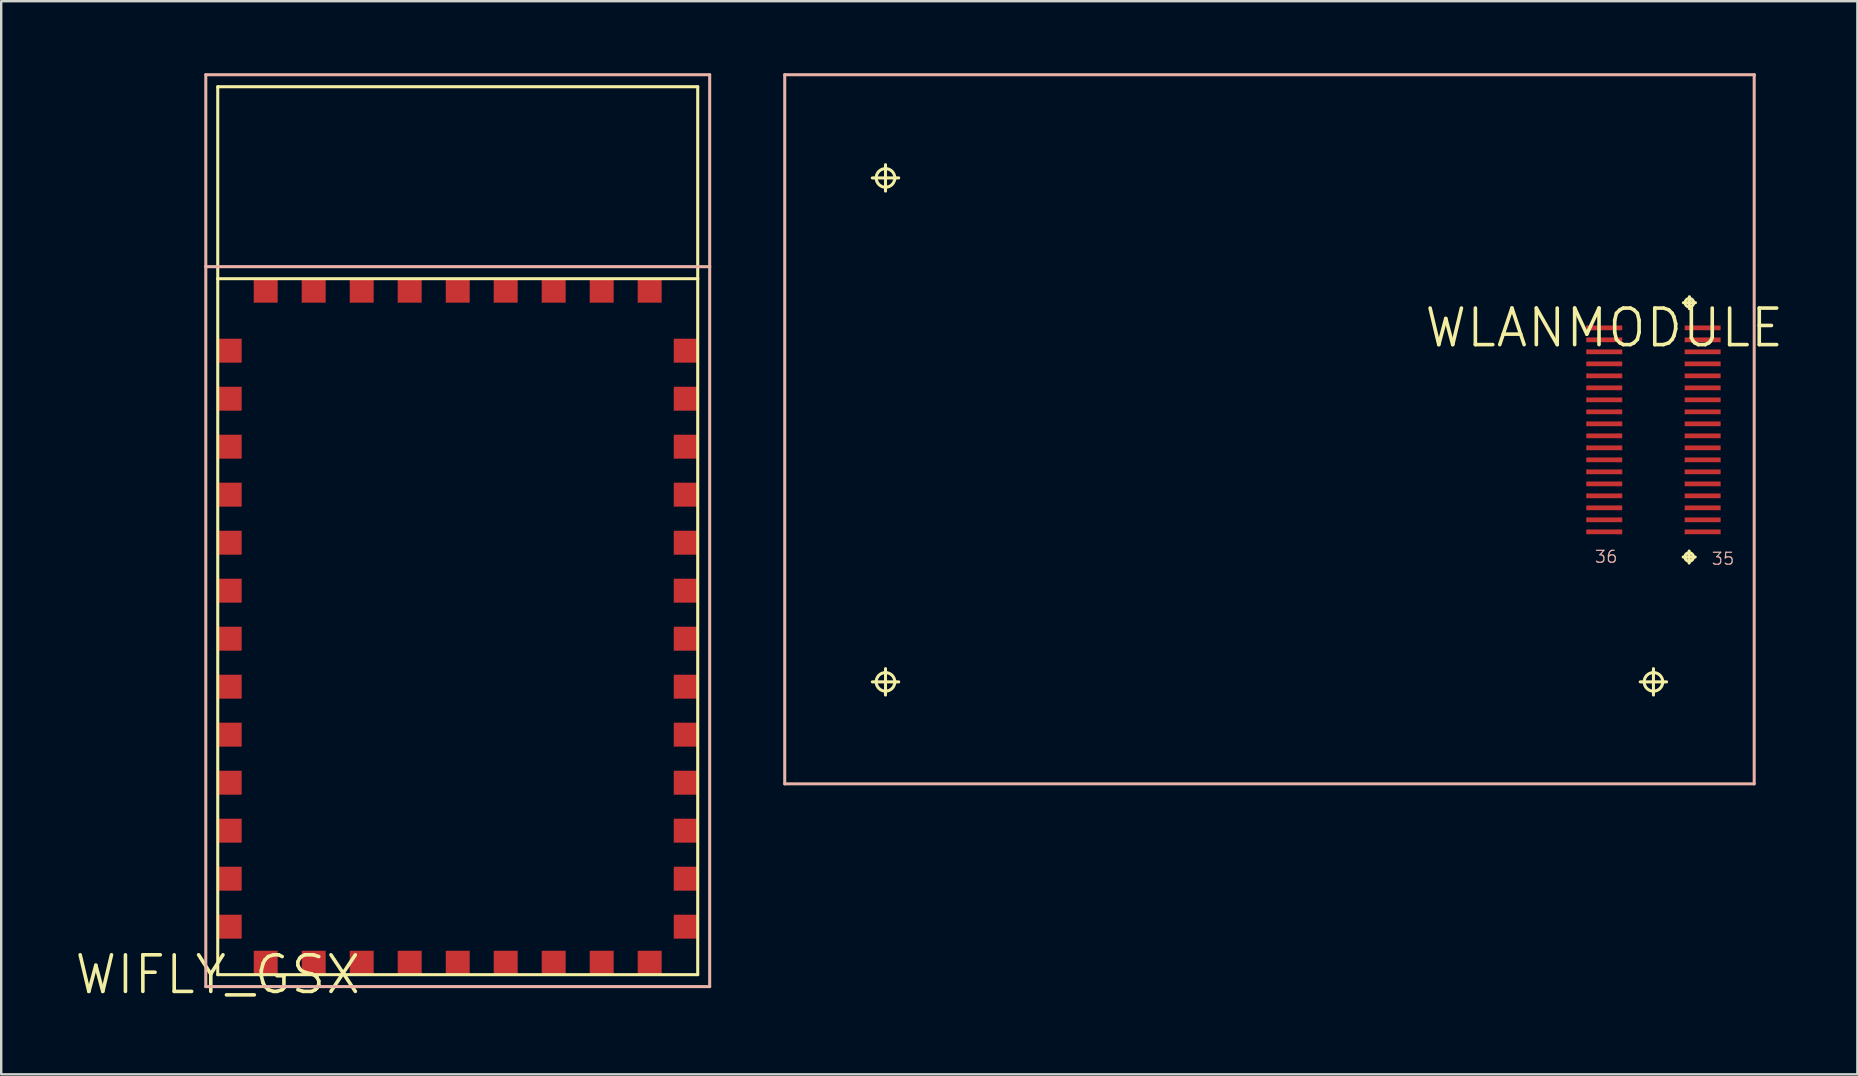
<source format=kicad_pcb>
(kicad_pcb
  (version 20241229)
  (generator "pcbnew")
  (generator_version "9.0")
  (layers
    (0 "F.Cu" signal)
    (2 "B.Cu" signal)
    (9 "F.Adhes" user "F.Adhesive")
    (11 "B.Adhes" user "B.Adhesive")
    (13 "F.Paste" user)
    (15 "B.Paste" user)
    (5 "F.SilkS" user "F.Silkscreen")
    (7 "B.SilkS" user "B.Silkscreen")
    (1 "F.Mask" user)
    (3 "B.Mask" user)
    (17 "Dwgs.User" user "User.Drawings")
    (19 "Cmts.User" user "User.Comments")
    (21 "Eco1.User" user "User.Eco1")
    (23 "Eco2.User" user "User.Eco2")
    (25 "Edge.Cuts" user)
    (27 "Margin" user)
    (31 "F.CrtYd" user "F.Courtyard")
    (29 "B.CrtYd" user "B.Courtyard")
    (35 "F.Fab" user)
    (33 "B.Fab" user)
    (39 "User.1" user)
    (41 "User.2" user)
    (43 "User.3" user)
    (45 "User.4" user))
  (footprint "WLANMODULE"
    (layer "F.Cu")
    (at 63.796 10.612)
    (property "Reference" "WLANMODULE" (at 0 0 0) (layer "F.SilkS") (effects (font (size 1.524 1.524) (thickness 0.15))))
    (attr smd)
    (fp_line (start -30.498 -6.248) (end -29.398 -6.248) (stroke (width 0.127) (type solid)) (layer "F.SilkS"))
    (fp_line (start -30.498 14.75) (end -29.398 14.75) (stroke (width 0.127) (type solid)) (layer "F.SilkS"))
    (fp_line (start -29.949 -5.7) (end -29.949 -6.8) (stroke (width 0.127) (type solid)) (layer "F.SilkS"))
    (fp_line (start -29.949 15.298) (end -29.949 14.199) (stroke (width 0.127) (type solid)) (layer "F.SilkS"))
    (fp_line (start 1.499 14.75) (end 2.598 14.75) (stroke (width 0.127) (type solid)) (layer "F.SilkS"))
    (fp_line (start 2.05 15.298) (end 2.05 14.199) (stroke (width 0.127) (type solid)) (layer "F.SilkS"))
    (fp_line (start 3.289 9.548) (end 3.79 9.548) (stroke (width 0.127) (type solid)) (layer "F.SilkS"))
    (fp_line (start 3.299 -1.049) (end 3.8 -1.049) (stroke (width 0.127) (type solid)) (layer "F.SilkS"))
    (fp_line (start 3.538 9.799) (end 3.538 9.299) (stroke (width 0.127) (type solid)) (layer "F.SilkS"))
    (fp_line (start 3.548 -0.798) (end 3.548 -1.298) (stroke (width 0.127) (type solid)) (layer "F.SilkS"))
    (fp_circle (center -29.949 -6.248) (end -30.223 -6.523) (stroke (width 0.127) (type solid)) (fill no) (layer "F.SilkS"))
    (fp_circle (center -29.949 14.75) (end -30.223 15.024) (stroke (width 0.127) (type solid)) (fill no) (layer "F.SilkS"))
    (fp_circle (center 2.05 14.75) (end 2.324 15.024) (stroke (width 0.127) (type solid)) (fill no) (layer "F.SilkS"))
    (fp_circle (center 3.538 9.548) (end 3.663 9.672) (stroke (width 0.127) (type solid)) (fill no) (layer "F.SilkS"))
    (fp_circle (center 3.548 -1.049) (end 3.673 -1.173) (stroke (width 0.127) (type solid)) (fill no) (layer "F.SilkS"))
    (fp_line (start -34.148 -10.549) (end 6.248 -10.549) (stroke (width 0.127) (type solid)) (layer "B.SilkS"))
    (fp_line (start -34.148 18.999) (end -34.148 -10.549) (stroke (width 0.127) (type solid)) (layer "B.SilkS"))
    (fp_line (start 6.248 -10.549) (end 6.248 -10.528) (stroke (width 0.127) (type solid)) (layer "B.SilkS"))
    (fp_line (start 6.248 -10.528) (end 6.248 18.999) (stroke (width 0.127) (type solid)) (layer "B.SilkS"))
    (fp_line (start 6.248 18.999) (end -34.148 18.999) (stroke (width 0.127) (type solid)) (layer "B.SilkS"))
    (fp_text user "35" (at 4.948 9.619 0) (layer "B.SilkS") (effects (font (size 0.498 0.498) (thickness 0.051))))
    (fp_text user "36" (at 0.079 9.538 0) (layer "B.SilkS") (effects (font (size 0.498 0.498) (thickness 0.051))))
    (pad "P1" smd rect (at 4.1 0) (size 1.499 0.198) (layers "F.Cu" "F.Mask" "F.Paste"))
    (pad "P2" smd rect (at 0 0) (size 1.499 0.198) (layers "F.Cu" "F.Mask" "F.Paste"))
    (pad "P3" smd rect (at 4.1 0.498) (size 1.499 0.198) (layers "F.Cu" "F.Mask" "F.Paste"))
    (pad "P4" smd rect (at 0 0.498) (size 1.499 0.198) (layers "F.Cu" "F.Mask" "F.Paste"))
    (pad "P5" smd rect (at 4.1 0.998) (size 1.499 0.198) (layers "F.Cu" "F.Mask" "F.Paste"))
    (pad "P6" smd rect (at 0 0.998) (size 1.499 0.198) (layers "F.Cu" "F.Mask" "F.Paste"))
    (pad "P7" smd rect (at 4.1 1.499) (size 1.499 0.198) (layers "F.Cu" "F.Mask" "F.Paste"))
    (pad "P8" smd rect (at 0 1.499) (size 1.499 0.198) (layers "F.Cu" "F.Mask" "F.Paste"))
    (pad "P9" smd rect (at 4.1 1.999) (size 1.499 0.198) (layers "F.Cu" "F.Mask" "F.Paste"))
    (pad "P10" smd rect (at 0 1.999) (size 1.499 0.198) (layers "F.Cu" "F.Mask" "F.Paste"))
    (pad "P11" smd rect (at 4.1 2.499) (size 1.499 0.198) (layers "F.Cu" "F.Mask" "F.Paste"))
    (pad "P12" smd rect (at 0 2.499) (size 1.499 0.198) (layers "F.Cu" "F.Mask" "F.Paste"))
    (pad "P13" smd rect (at 4.1 3) (size 1.499 0.198) (layers "F.Cu" "F.Mask" "F.Paste"))
    (pad "P14" smd rect (at 0 3) (size 1.499 0.198) (layers "F.Cu" "F.Mask" "F.Paste"))
    (pad "P15" smd rect (at 4.1 3.498) (size 1.499 0.198) (layers "F.Cu" "F.Mask" "F.Paste"))
    (pad "P16" smd rect (at 0 3.498) (size 1.499 0.198) (layers "F.Cu" "F.Mask" "F.Paste"))
    (pad "P17" smd rect (at 4.1 3.998) (size 1.499 0.198) (layers "F.Cu" "F.Mask" "F.Paste"))
    (pad "P18" smd rect (at 0 3.998) (size 1.499 0.198) (layers "F.Cu" "F.Mask" "F.Paste"))
    (pad "P19" smd rect (at 4.1 4.498) (size 1.499 0.198) (layers "F.Cu" "F.Mask" "F.Paste"))
    (pad "P20" smd rect (at 0 4.498) (size 1.499 0.198) (layers "F.Cu" "F.Mask" "F.Paste"))
    (pad "P21" smd rect (at 4.1 4.999) (size 1.499 0.198) (layers "F.Cu" "F.Mask" "F.Paste"))
    (pad "P22" smd rect (at 0 4.999) (size 1.499 0.198) (layers "F.Cu" "F.Mask" "F.Paste"))
    (pad "P23" smd rect (at 4.1 5.499) (size 1.499 0.198) (layers "F.Cu" "F.Mask" "F.Paste"))
    (pad "P24" smd rect (at 0 5.499) (size 1.499 0.198) (layers "F.Cu" "F.Mask" "F.Paste"))
    (pad "P25" smd rect (at 4.1 5.999) (size 1.499 0.198) (layers "F.Cu" "F.Mask" "F.Paste"))
    (pad "P26" smd rect (at 0 5.999) (size 1.499 0.198) (layers "F.Cu" "F.Mask" "F.Paste"))
    (pad "P27" smd rect (at 4.1 6.5) (size 1.499 0.198) (layers "F.Cu" "F.Mask" "F.Paste"))
    (pad "P28" smd rect (at 0 6.5) (size 1.499 0.198) (layers "F.Cu" "F.Mask" "F.Paste"))
    (pad "P29" smd rect (at 4.1 6.998) (size 1.499 0.198) (layers "F.Cu" "F.Mask" "F.Paste"))
    (pad "P30" smd rect (at 0 6.998) (size 1.499 0.198) (layers "F.Cu" "F.Mask" "F.Paste"))
    (pad "P31" smd rect (at 4.1 7.498) (size 1.499 0.198) (layers "F.Cu" "F.Mask" "F.Paste"))
    (pad "P32" smd rect (at 0 7.498) (size 1.499 0.198) (layers "F.Cu" "F.Mask" "F.Paste"))
    (pad "P33" smd rect (at 4.1 7.998) (size 1.499 0.198) (layers "F.Cu" "F.Mask" "F.Paste"))
    (pad "P34" smd rect (at 0 7.998) (size 1.499 0.198) (layers "F.Cu" "F.Mask" "F.Paste"))
    (pad "P35" smd rect (at 4.1 8.499) (size 1.499 0.198) (layers "F.Cu" "F.Mask" "F.Paste"))
    (pad "P36" smd rect (at 0 8.499) (size 1.499 0.198) (layers "F.Cu" "F.Mask" "F.Paste")))
  (footprint "WIFLY_GSX"
    (layer "F.Cu")
    (at 6.023 37.562)
    (property "Reference" "WIFLY_GSX" (at 0 0 0) (layer "F.SilkS") (effects (font (size 1.524 1.524) (thickness 0.15))))
    (attr smd)
    (fp_line (start 0 -36.998) (end 0 -28.999) (stroke (width 0.127) (type solid)) (layer "F.SilkS"))
    (fp_line (start 0 -28.999) (end 0 0) (stroke (width 0.127) (type solid)) (layer "F.SilkS"))
    (fp_line (start 0 -28.999) (end 20 -28.999) (stroke (width 0.127) (type solid)) (layer "F.SilkS"))
    (fp_line (start 0 0) (end 20 0) (stroke (width 0.127) (type solid)) (layer "F.SilkS"))
    (fp_line (start 20 -36.998) (end 0 -36.998) (stroke (width 0.127) (type solid)) (layer "F.SilkS"))
    (fp_line (start 20 -28.999) (end 20 -36.998) (stroke (width 0.127) (type solid)) (layer "F.SilkS"))
    (fp_line (start 20 0) (end 20 -28.999) (stroke (width 0.127) (type solid)) (layer "F.SilkS"))
    (fp_line (start -0.498 -37.498) (end 20.498 -37.498) (stroke (width 0.127) (type solid)) (layer "B.SilkS"))
    (fp_line (start -0.498 -29.5) (end -0.498 -37.498) (stroke (width 0.127) (type solid)) (layer "B.SilkS"))
    (fp_line (start -0.498 -29.5) (end 20.498 -29.5) (stroke (width 0.127) (type solid)) (layer "B.SilkS"))
    (fp_line (start -0.498 0.498) (end -0.498 -29.5) (stroke (width 0.127) (type solid)) (layer "B.SilkS"))
    (fp_line (start 20.498 -37.498) (end 20.498 -29.5) (stroke (width 0.127) (type solid)) (layer "B.SilkS"))
    (fp_line (start 20.498 -29.5) (end 20.498 0.498) (stroke (width 0.127) (type solid)) (layer "B.SilkS"))
    (fp_line (start 20.498 0.498) (end -0.498 0.498) (stroke (width 0.127) (type solid)) (layer "B.SilkS"))
    (pad "1" smd rect (at 0.498 -25.999) (size 0.998 0.998) (layers "F.Cu" "F.Mask" "F.Paste"))
    (pad "2" smd rect (at 0.498 -23.998) (size 0.998 0.998) (layers "F.Cu" "F.Mask" "F.Paste"))
    (pad "3" smd rect (at 0.498 -21.999) (size 0.998 0.998) (layers "F.Cu" "F.Mask" "F.Paste"))
    (pad "4" smd rect (at 0.498 -20) (size 0.998 0.998) (layers "F.Cu" "F.Mask" "F.Paste"))
    (pad "5" smd rect (at 0.498 -17.998) (size 0.998 0.998) (layers "F.Cu" "F.Mask" "F.Paste"))
    (pad "6" smd rect (at 0.498 -15.999) (size 0.998 0.998) (layers "F.Cu" "F.Mask" "F.Paste"))
    (pad "7" smd rect (at 0.498 -13.998) (size 0.998 0.998) (layers "F.Cu" "F.Mask" "F.Paste"))
    (pad "8" smd rect (at 0.498 -11.999) (size 0.998 0.998) (layers "F.Cu" "F.Mask" "F.Paste"))
    (pad "9" smd rect (at 0.498 -10) (size 0.998 0.998) (layers "F.Cu" "F.Mask" "F.Paste"))
    (pad "10" smd rect (at 0.498 -7.998) (size 0.998 0.998) (layers "F.Cu" "F.Mask" "F.Paste"))
    (pad "11" smd rect (at 0.498 -5.999) (size 0.998 0.998) (layers "F.Cu" "F.Mask" "F.Paste"))
    (pad "12" smd rect (at 0.498 -3.998) (size 0.998 0.998) (layers "F.Cu" "F.Mask" "F.Paste"))
    (pad "13" smd rect (at 0.498 -1.999) (size 0.998 0.998) (layers "F.Cu" "F.Mask" "F.Paste"))
    (pad "14" smd rect (at 1.999 -0.498) (size 0.998 0.998) (layers "F.Cu" "F.Mask" "F.Paste"))
    (pad "15" smd rect (at 3.998 -0.498) (size 0.998 0.998) (layers "F.Cu" "F.Mask" "F.Paste"))
    (pad "16" smd rect (at 5.999 -0.498) (size 0.998 0.998) (layers "F.Cu" "F.Mask" "F.Paste"))
    (pad "17" smd rect (at 7.998 -0.498) (size 0.998 0.998) (layers "F.Cu" "F.Mask" "F.Paste"))
    (pad "18" smd rect (at 10 -0.498) (size 0.998 0.998) (layers "F.Cu" "F.Mask" "F.Paste"))
    (pad "19" smd rect (at 11.999 -0.498) (size 0.998 0.998) (layers "F.Cu" "F.Mask" "F.Paste"))
    (pad "20" smd rect (at 13.998 -0.498) (size 0.998 0.998) (layers "F.Cu" "F.Mask" "F.Paste"))
    (pad "21" smd rect (at 15.999 -0.498) (size 0.998 0.998) (layers "F.Cu" "F.Mask" "F.Paste"))
    (pad "22" smd rect (at 17.998 -0.498) (size 0.998 0.998) (layers "F.Cu" "F.Mask" "F.Paste"))
    (pad "23" smd rect (at 19.5 -1.999) (size 0.998 0.998) (layers "F.Cu" "F.Mask" "F.Paste"))
    (pad "24" smd rect (at 19.5 -3.998) (size 0.998 0.998) (layers "F.Cu" "F.Mask" "F.Paste"))
    (pad "25" smd rect (at 19.5 -5.999) (size 0.998 0.998) (layers "F.Cu" "F.Mask" "F.Paste"))
    (pad "26" smd rect (at 19.5 -7.998) (size 0.998 0.998) (layers "F.Cu" "F.Mask" "F.Paste"))
    (pad "27" smd rect (at 19.5 -10) (size 0.998 0.998) (layers "F.Cu" "F.Mask" "F.Paste"))
    (pad "28" smd rect (at 19.5 -11.999) (size 0.998 0.998) (layers "F.Cu" "F.Mask" "F.Paste"))
    (pad "29" smd rect (at 19.5 -13.998) (size 0.998 0.998) (layers "F.Cu" "F.Mask" "F.Paste"))
    (pad "30" smd rect (at 19.5 -15.999) (size 0.998 0.998) (layers "F.Cu" "F.Mask" "F.Paste"))
    (pad "31" smd rect (at 19.5 -17.998) (size 0.998 0.998) (layers "F.Cu" "F.Mask" "F.Paste"))
    (pad "32" smd rect (at 19.5 -20) (size 0.998 0.998) (layers "F.Cu" "F.Mask" "F.Paste"))
    (pad "33" smd rect (at 19.5 -21.999) (size 0.998 0.998) (layers "F.Cu" "F.Mask" "F.Paste"))
    (pad "34" smd rect (at 19.5 -23.998) (size 0.998 0.998) (layers "F.Cu" "F.Mask" "F.Paste"))
    (pad "35" smd rect (at 19.5 -25.999) (size 0.998 0.998) (layers "F.Cu" "F.Mask" "F.Paste"))
    (pad "36" smd rect (at 17.998 -28.499) (size 0.998 0.998) (layers "F.Cu" "F.Mask" "F.Paste"))
    (pad "37" smd rect (at 15.999 -28.499) (size 0.998 0.998) (layers "F.Cu" "F.Mask" "F.Paste"))
    (pad "38" smd rect (at 13.998 -28.499) (size 0.998 0.998) (layers "F.Cu" "F.Mask" "F.Paste"))
    (pad "39" smd rect (at 11.999 -28.499) (size 0.998 0.998) (layers "F.Cu" "F.Mask" "F.Paste"))
    (pad "40" smd rect (at 10 -28.499) (size 0.998 0.998) (layers "F.Cu" "F.Mask" "F.Paste"))
    (pad "41" smd rect (at 7.998 -28.499) (size 0.998 0.998) (layers "F.Cu" "F.Mask" "F.Paste"))
    (pad "42" smd rect (at 5.999 -28.499) (size 0.998 0.998) (layers "F.Cu" "F.Mask" "F.Paste"))
    (pad "43" smd rect (at 3.998 -28.499) (size 0.998 0.998) (layers "F.Cu" "F.Mask" "F.Paste"))
    (pad "44" smd rect (at 1.999 -28.499) (size 0.998 0.998) (layers "F.Cu" "F.Mask" "F.Paste")))
  (gr_rect
    (start -3 -3)
    (end 74.343 41.716)
    (stroke (width 0.1) (type default))
    (fill no)
    (layer "Edge.Cuts")))
</source>
